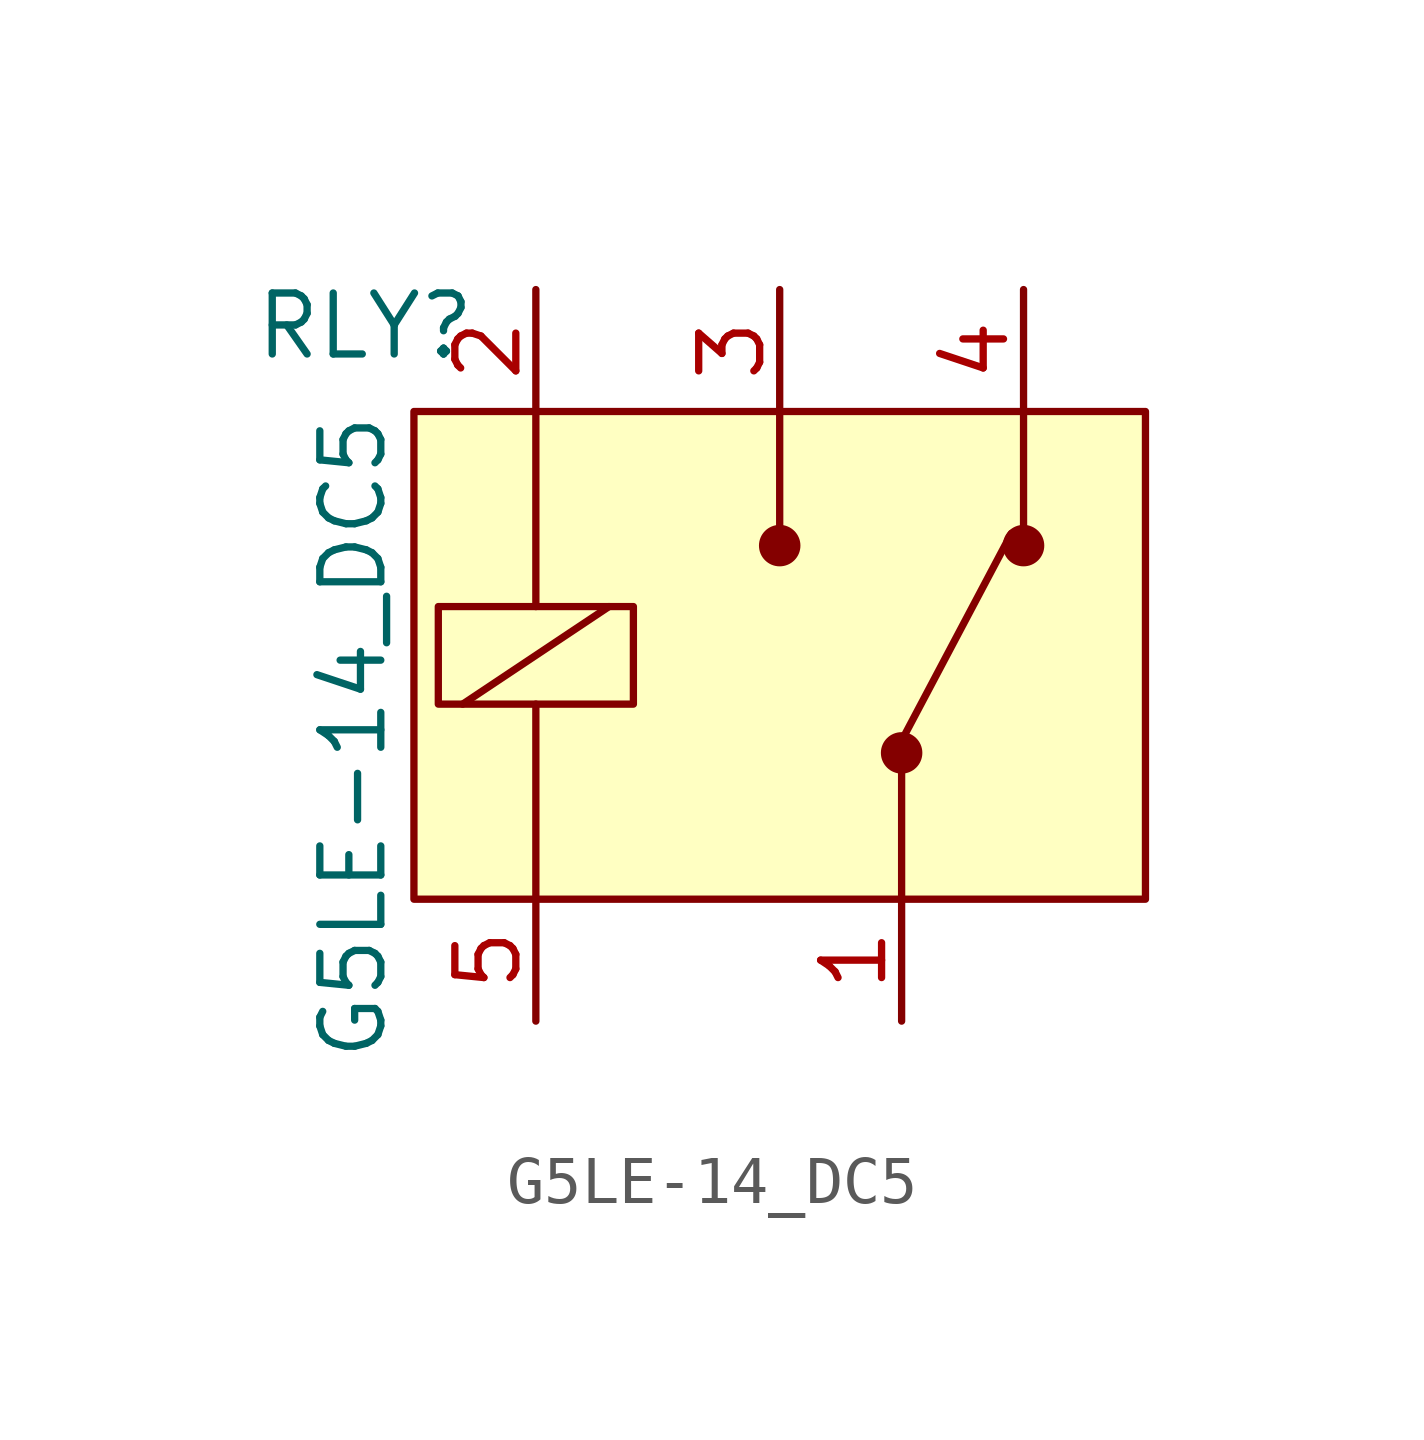
<source format=kicad_sym>
(kicad_symbol_lib
  (version 20231120)
  (generator "kicad_symbol_editor")
  (generator_version "8.0")
  (symbol "G5LE-14_DC5"
    (pin_names
      (offset 0) hide)
    (property "Reference" "RLY"
      (at -8.636 6.858 0)
      (effects (font (size 1.27 1.27))))
    (property "Value" "G5LE-14_DC5"
      (at -8.89 5.08 90)
      (effects (font (size 1.27 1.27)) (justify right)))
    (symbol "G5LE-14_DC5_0_1"
      (rectangle (start -7.62 5.08) (end 7.62 -5.08) (stroke (width 0) (type default)) (fill (type background)))
      (rectangle (start -7.112 1.016) (end -3.048 -1.016) (stroke (width 0) (type default)) (fill (type none)))
      (polyline (pts (xy -6.604 -1.016) (xy -3.556 1.016)) (stroke (width 0) (type default)) (fill (type none)))
      (polyline (pts (xy -5.08 -5.08) (xy -5.08 -1.016)) (stroke (width 0) (type default)) (fill (type none)))
      (polyline (pts (xy -5.08 5.08) (xy -5.08 1.016)) (stroke (width 0) (type default)) (fill (type none)))
      (polyline (pts (xy 0 5.08) (xy 0 2.54)) (stroke (width 0) (type default)) (fill (type none)))
      (polyline (pts (xy 2.54 -5.08) (xy 2.54 -2.286)) (stroke (width 0) (type default)) (fill (type none)))
      (polyline (pts (xy 2.54 -1.778) (xy 4.826 2.54)) (stroke (width 0) (type default)) (fill (type none)))
      (polyline (pts (xy 5.08 5.08) (xy 5.08 2.54)) (stroke (width 0) (type default)) (fill (type none)))
      (circle (center 0 2.286) (radius 0.356) (stroke (width 0) (type default)) (fill (type outline)))
      (circle (center 2.54 -2.032) (radius 0.356) (stroke (width 0) (type default)) (fill (type outline)))
      (circle (center 5.08 2.286) (radius 0.356) (stroke (width 0) (type default)) (fill (type outline))))
    (symbol "G5LE-14_DC5_1_1"
      (pin passive line (at 2.54 -7.62 90) (length 2.54) (name "COM" (effects (font (size 1.27 1.27)))) (number "1" (effects (font (size 1.27 1.27)))))
      (pin passive line (at -5.08 7.62 270) (length 2.54) (name "COIL" (effects (font (size 1.27 1.27)))) (number "2" (effects (font (size 1.27 1.27)))))
      (pin passive line (at 0 7.62 270) (length 2.54) (name "NO" (effects (font (size 1.27 1.27)))) (number "3" (effects (font (size 1.27 1.27)))))
      (pin passive line (at 5.08 7.62 270) (length 2.54) (name "NC" (effects (font (size 1.27 1.27)))) (number "4" (effects (font (size 1.27 1.27)))))
      (pin passive line (at -5.08 -7.62 90) (length 2.54) (name "COIL" (effects (font (size 1.27 1.27)))) (number "5" (effects (font (size 1.27 1.27))))))))
</source>
